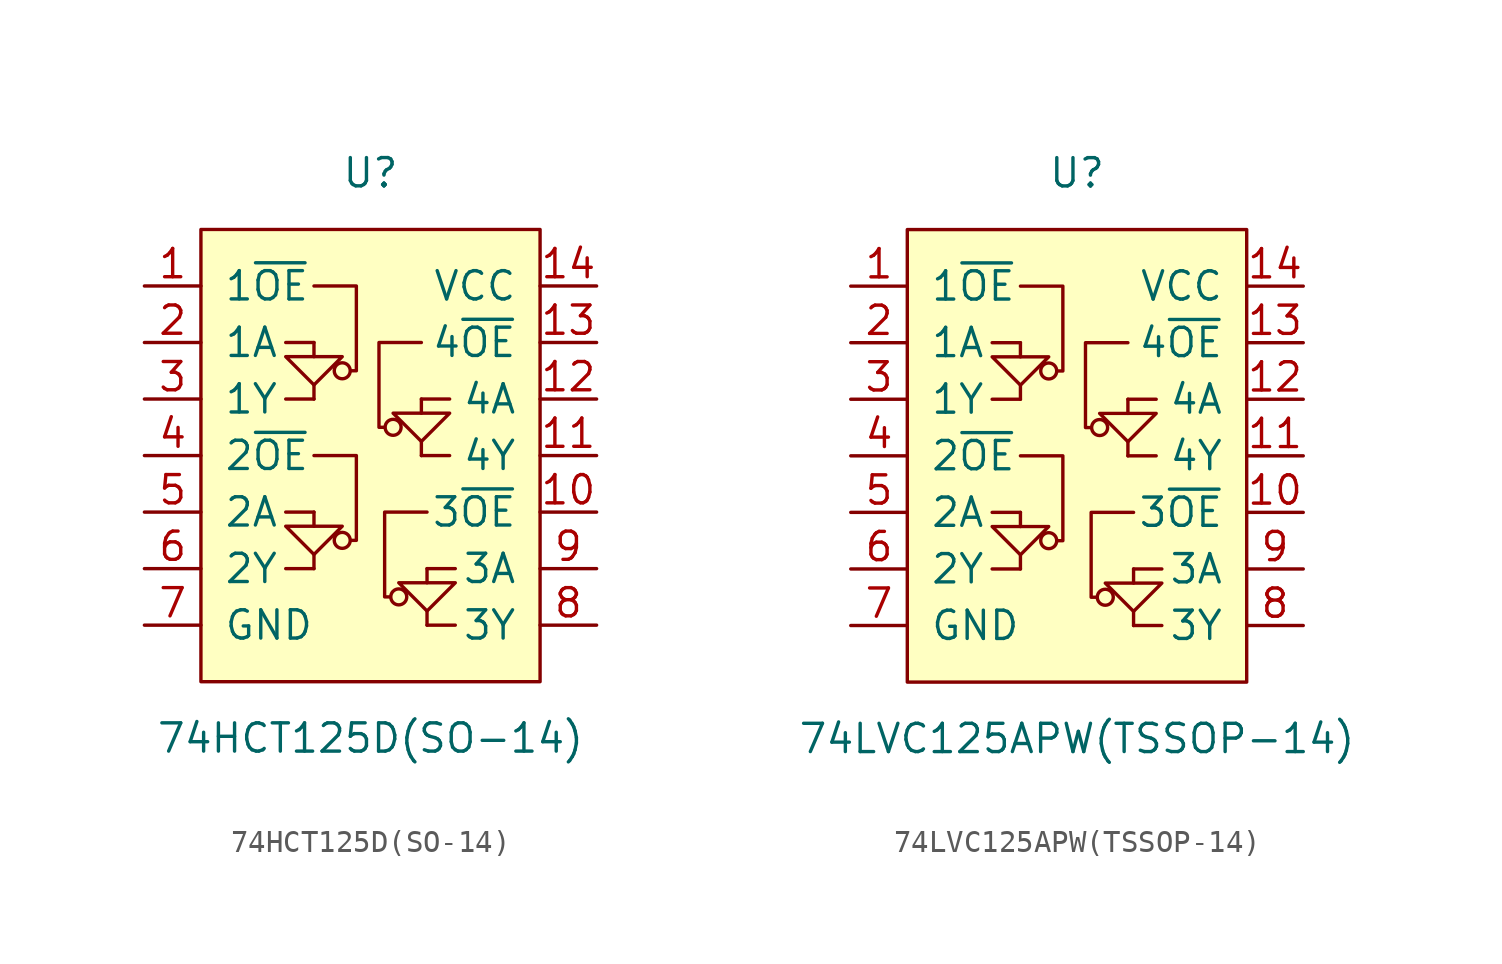
<source format=kicad_sym>
(kicad_symbol_lib
  (version 20220914)
  (generator kicad_symbol_editor)
  (symbol "74HCT125D(SO-14)"
    (pin_names
      (offset 1.016))
    (property "Reference" "U"
      (at 0 10.16 0)
      (effects (font (size 1.27 1.27))))
    (property "Value" "74HCT125D(SO-14)"
      (at 0 -15.24 0)
      (effects (font (size 1.27 1.27))))
    (symbol "74HCT125D(SO-14)_0_1"
      (rectangle (start -7.62 7.62) (end 7.62 -12.7) (stroke (width 0) (type solid)) (fill (type background)))
      (polyline (pts (xy -2.54 -7.62) (xy -3.81 -7.62)) (stroke (width 0) (type default)) (fill (type none)))
      (polyline (pts (xy -2.54 -6.985) (xy -2.54 -7.62)) (stroke (width 0) (type default)) (fill (type none)))
      (polyline (pts (xy -2.54 -5.08) (xy -3.81 -5.08)) (stroke (width 0) (type default)) (fill (type none)))
      (polyline (pts (xy -2.54 -5.08) (xy -2.54 -5.715)) (stroke (width 0) (type default)) (fill (type none)))
      (polyline (pts (xy -2.54 0) (xy -3.81 0)) (stroke (width 0) (type default)) (fill (type none)))
      (polyline (pts (xy -2.54 0.635) (xy -2.54 0)) (stroke (width 0) (type default)) (fill (type none)))
      (polyline (pts (xy -2.54 2.54) (xy -3.81 2.54)) (stroke (width 0) (type default)) (fill (type none)))
      (polyline (pts (xy -2.54 2.54) (xy -2.54 1.905)) (stroke (width 0) (type default)) (fill (type none)))
      (polyline (pts (xy 2.286 -2.54) (xy 3.556 -2.54)) (stroke (width 0) (type default)) (fill (type none)))
      (polyline (pts (xy 2.286 -1.905) (xy 2.286 -2.54)) (stroke (width 0) (type default)) (fill (type none)))
      (polyline (pts (xy 2.286 0) (xy 2.286 -0.635)) (stroke (width 0) (type default)) (fill (type none)))
      (polyline (pts (xy 2.286 0) (xy 3.556 0)) (stroke (width 0) (type default)) (fill (type none)))
      (polyline (pts (xy 2.54 -10.16) (xy 3.81 -10.16)) (stroke (width 0) (type default)) (fill (type none)))
      (polyline (pts (xy 2.54 -9.525) (xy 2.54 -10.16)) (stroke (width 0) (type default)) (fill (type none)))
      (polyline (pts (xy 2.54 -7.62) (xy 2.54 -8.255)) (stroke (width 0) (type default)) (fill (type none)))
      (polyline (pts (xy 2.54 -7.62) (xy 3.81 -7.62)) (stroke (width 0) (type default)) (fill (type none))))
    (symbol "74HCT125D(SO-14)_1_1"
      (circle (center -1.27 -6.35) (radius 0.359) (stroke (width 0) (type default)) (fill (type none)))
      (circle (center -1.27 1.27) (radius 0.359) (stroke (width 0) (type default)) (fill (type none)))
      (polyline (pts (xy -3.81 -5.715) (xy -1.27 -5.715) (xy -2.54 -6.985) (xy -3.81 -5.715)) (stroke (width 0) (type default)) (fill (type none)))
      (polyline (pts (xy -3.81 1.905) (xy -1.27 1.905) (xy -2.54 0.635) (xy -3.81 1.905)) (stroke (width 0) (type default)) (fill (type none)))
      (polyline (pts (xy -0.889 -6.35) (xy -0.635 -6.35) (xy -0.635 -2.54) (xy -2.54 -2.54)) (stroke (width 0) (type default)) (fill (type none)))
      (polyline (pts (xy -0.889 1.27) (xy -0.635 1.27) (xy -0.635 5.08) (xy -2.54 5.08)) (stroke (width 0) (type default)) (fill (type none)))
      (polyline (pts (xy 0.635 -1.27) (xy 0.381 -1.27) (xy 0.381 2.54) (xy 2.286 2.54)) (stroke (width 0) (type default)) (fill (type none)))
      (polyline (pts (xy 0.889 -8.89) (xy 0.635 -8.89) (xy 0.635 -5.08) (xy 2.54 -5.08)) (stroke (width 0) (type default)) (fill (type none)))
      (polyline (pts (xy 3.556 -0.635) (xy 1.016 -0.635) (xy 2.286 -1.905) (xy 3.556 -0.635)) (stroke (width 0) (type default)) (fill (type none)))
      (polyline (pts (xy 3.81 -8.255) (xy 1.27 -8.255) (xy 2.54 -9.525) (xy 3.81 -8.255)) (stroke (width 0) (type default)) (fill (type none)))
      (circle (center 1.016 -1.27) (radius 0.359) (stroke (width 0) (type default)) (fill (type none)))
      (circle (center 1.27 -8.89) (radius 0.359) (stroke (width 0) (type default)) (fill (type none)))
      (pin input line (at -10.16 5.08 0) (length 2.54) (name "1~{OE}" (effects (font (size 1.27 1.27)))) (number "1" (effects (font (size 1.27 1.27)))))
      (pin input line (at 10.16 -5.08 180) (length 2.54) (name "3~{OE}" (effects (font (size 1.27 1.27)))) (number "10" (effects (font (size 1.27 1.27)))))
      (pin tri_state line (at 10.16 -2.54 180) (length 2.54) (name "4Y" (effects (font (size 1.27 1.27)))) (number "11" (effects (font (size 1.27 1.27)))))
      (pin input line (at 10.16 0 180) (length 2.54) (name "4A" (effects (font (size 1.27 1.27)))) (number "12" (effects (font (size 1.27 1.27)))))
      (pin input line (at 10.16 2.54 180) (length 2.54) (name "4~{OE}" (effects (font (size 1.27 1.27)))) (number "13" (effects (font (size 1.27 1.27)))))
      (pin power_in line (at 10.16 5.08 180) (length 2.54) (name "VCC" (effects (font (size 1.27 1.27)))) (number "14" (effects (font (size 1.27 1.27)))))
      (pin input line (at -10.16 2.54 0) (length 2.54) (name "1A" (effects (font (size 1.27 1.27)))) (number "2" (effects (font (size 1.27 1.27)))))
      (pin tri_state line (at -10.16 0 0) (length 2.54) (name "1Y" (effects (font (size 1.27 1.27)))) (number "3" (effects (font (size 1.27 1.27)))))
      (pin input line (at -10.16 -2.54 0) (length 2.54) (name "2~{OE}" (effects (font (size 1.27 1.27)))) (number "4" (effects (font (size 1.27 1.27)))))
      (pin input line (at -10.16 -5.08 0) (length 2.54) (name "2A" (effects (font (size 1.27 1.27)))) (number "5" (effects (font (size 1.27 1.27)))))
      (pin tri_state line (at -10.16 -7.62 0) (length 2.54) (name "2Y" (effects (font (size 1.27 1.27)))) (number "6" (effects (font (size 1.27 1.27)))))
      (pin power_in line (at -10.16 -10.16 0) (length 2.54) (name "GND" (effects (font (size 1.27 1.27)))) (number "7" (effects (font (size 1.27 1.27)))))
      (pin tri_state line (at 10.16 -10.16 180) (length 2.54) (name "3Y" (effects (font (size 1.27 1.27)))) (number "8" (effects (font (size 1.27 1.27)))))
      (pin input line (at 10.16 -7.62 180) (length 2.54) (name "3A" (effects (font (size 1.27 1.27)))) (number "9" (effects (font (size 1.27 1.27)))))))
  (symbol "74LVC125APW(TSSOP-14)"
    (pin_names
      (offset 1.016))
    (property "Reference" "U"
      (at 0 10.16 0)
      (effects (font (size 1.27 1.27))))
    (property "Value" "74LVC125APW(TSSOP-14)"
      (at 0 -15.24 0)
      (effects (font (size 1.27 1.27))))
    (symbol "74LVC125APW(TSSOP-14)_0_1"
      (rectangle (start -7.62 7.62) (end 7.62 -12.7) (stroke (width 0) (type solid)) (fill (type background)))
      (polyline (pts (xy -2.54 -7.62) (xy -3.81 -7.62)) (stroke (width 0) (type default)) (fill (type none)))
      (polyline (pts (xy -2.54 -6.985) (xy -2.54 -7.62)) (stroke (width 0) (type default)) (fill (type none)))
      (polyline (pts (xy -2.54 -5.08) (xy -3.81 -5.08)) (stroke (width 0) (type default)) (fill (type none)))
      (polyline (pts (xy -2.54 -5.08) (xy -2.54 -5.715)) (stroke (width 0) (type default)) (fill (type none)))
      (polyline (pts (xy -2.54 0) (xy -3.81 0)) (stroke (width 0) (type default)) (fill (type none)))
      (polyline (pts (xy -2.54 0.635) (xy -2.54 0)) (stroke (width 0) (type default)) (fill (type none)))
      (polyline (pts (xy -2.54 2.54) (xy -3.81 2.54)) (stroke (width 0) (type default)) (fill (type none)))
      (polyline (pts (xy -2.54 2.54) (xy -2.54 1.905)) (stroke (width 0) (type default)) (fill (type none)))
      (polyline (pts (xy 2.286 -2.54) (xy 3.556 -2.54)) (stroke (width 0) (type default)) (fill (type none)))
      (polyline (pts (xy 2.286 -1.905) (xy 2.286 -2.54)) (stroke (width 0) (type default)) (fill (type none)))
      (polyline (pts (xy 2.286 0) (xy 2.286 -0.635)) (stroke (width 0) (type default)) (fill (type none)))
      (polyline (pts (xy 2.286 0) (xy 3.556 0)) (stroke (width 0) (type default)) (fill (type none)))
      (polyline (pts (xy 2.54 -10.16) (xy 3.81 -10.16)) (stroke (width 0) (type default)) (fill (type none)))
      (polyline (pts (xy 2.54 -9.525) (xy 2.54 -10.16)) (stroke (width 0) (type default)) (fill (type none)))
      (polyline (pts (xy 2.54 -7.62) (xy 2.54 -8.255)) (stroke (width 0) (type default)) (fill (type none)))
      (polyline (pts (xy 2.54 -7.62) (xy 3.81 -7.62)) (stroke (width 0) (type default)) (fill (type none))))
    (symbol "74LVC125APW(TSSOP-14)_1_1"
      (circle (center -1.27 -6.35) (radius 0.359) (stroke (width 0) (type default)) (fill (type none)))
      (circle (center -1.27 1.27) (radius 0.359) (stroke (width 0) (type default)) (fill (type none)))
      (polyline (pts (xy -3.81 -5.715) (xy -1.27 -5.715) (xy -2.54 -6.985) (xy -3.81 -5.715)) (stroke (width 0) (type default)) (fill (type none)))
      (polyline (pts (xy -3.81 1.905) (xy -1.27 1.905) (xy -2.54 0.635) (xy -3.81 1.905)) (stroke (width 0) (type default)) (fill (type none)))
      (polyline (pts (xy -0.889 -6.35) (xy -0.635 -6.35) (xy -0.635 -2.54) (xy -2.54 -2.54)) (stroke (width 0) (type default)) (fill (type none)))
      (polyline (pts (xy -0.889 1.27) (xy -0.635 1.27) (xy -0.635 5.08) (xy -2.54 5.08)) (stroke (width 0) (type default)) (fill (type none)))
      (polyline (pts (xy 0.635 -1.27) (xy 0.381 -1.27) (xy 0.381 2.54) (xy 2.286 2.54)) (stroke (width 0) (type default)) (fill (type none)))
      (polyline (pts (xy 0.889 -8.89) (xy 0.635 -8.89) (xy 0.635 -5.08) (xy 2.54 -5.08)) (stroke (width 0) (type default)) (fill (type none)))
      (polyline (pts (xy 3.556 -0.635) (xy 1.016 -0.635) (xy 2.286 -1.905) (xy 3.556 -0.635)) (stroke (width 0) (type default)) (fill (type none)))
      (polyline (pts (xy 3.81 -8.255) (xy 1.27 -8.255) (xy 2.54 -9.525) (xy 3.81 -8.255)) (stroke (width 0) (type default)) (fill (type none)))
      (circle (center 1.016 -1.27) (radius 0.359) (stroke (width 0) (type default)) (fill (type none)))
      (circle (center 1.27 -8.89) (radius 0.359) (stroke (width 0) (type default)) (fill (type none)))
      (pin input line (at -10.16 5.08 0) (length 2.54) (name "1~{OE}" (effects (font (size 1.27 1.27)))) (number "1" (effects (font (size 1.27 1.27)))))
      (pin input line (at 10.16 -5.08 180) (length 2.54) (name "3~{OE}" (effects (font (size 1.27 1.27)))) (number "10" (effects (font (size 1.27 1.27)))))
      (pin tri_state line (at 10.16 -2.54 180) (length 2.54) (name "4Y" (effects (font (size 1.27 1.27)))) (number "11" (effects (font (size 1.27 1.27)))))
      (pin input line (at 10.16 0 180) (length 2.54) (name "4A" (effects (font (size 1.27 1.27)))) (number "12" (effects (font (size 1.27 1.27)))))
      (pin input line (at 10.16 2.54 180) (length 2.54) (name "4~{OE}" (effects (font (size 1.27 1.27)))) (number "13" (effects (font (size 1.27 1.27)))))
      (pin power_in line (at 10.16 5.08 180) (length 2.54) (name "VCC" (effects (font (size 1.27 1.27)))) (number "14" (effects (font (size 1.27 1.27)))))
      (pin input line (at -10.16 2.54 0) (length 2.54) (name "1A" (effects (font (size 1.27 1.27)))) (number "2" (effects (font (size 1.27 1.27)))))
      (pin tri_state line (at -10.16 0 0) (length 2.54) (name "1Y" (effects (font (size 1.27 1.27)))) (number "3" (effects (font (size 1.27 1.27)))))
      (pin input line (at -10.16 -2.54 0) (length 2.54) (name "2~{OE}" (effects (font (size 1.27 1.27)))) (number "4" (effects (font (size 1.27 1.27)))))
      (pin input line (at -10.16 -5.08 0) (length 2.54) (name "2A" (effects (font (size 1.27 1.27)))) (number "5" (effects (font (size 1.27 1.27)))))
      (pin tri_state line (at -10.16 -7.62 0) (length 2.54) (name "2Y" (effects (font (size 1.27 1.27)))) (number "6" (effects (font (size 1.27 1.27)))))
      (pin power_in line (at -10.16 -10.16 0) (length 2.54) (name "GND" (effects (font (size 1.27 1.27)))) (number "7" (effects (font (size 1.27 1.27)))))
      (pin tri_state line (at 10.16 -10.16 180) (length 2.54) (name "3Y" (effects (font (size 1.27 1.27)))) (number "8" (effects (font (size 1.27 1.27)))))
      (pin input line (at 10.16 -7.62 180) (length 2.54) (name "3A" (effects (font (size 1.27 1.27)))) (number "9" (effects (font (size 1.27 1.27))))))))
</source>
